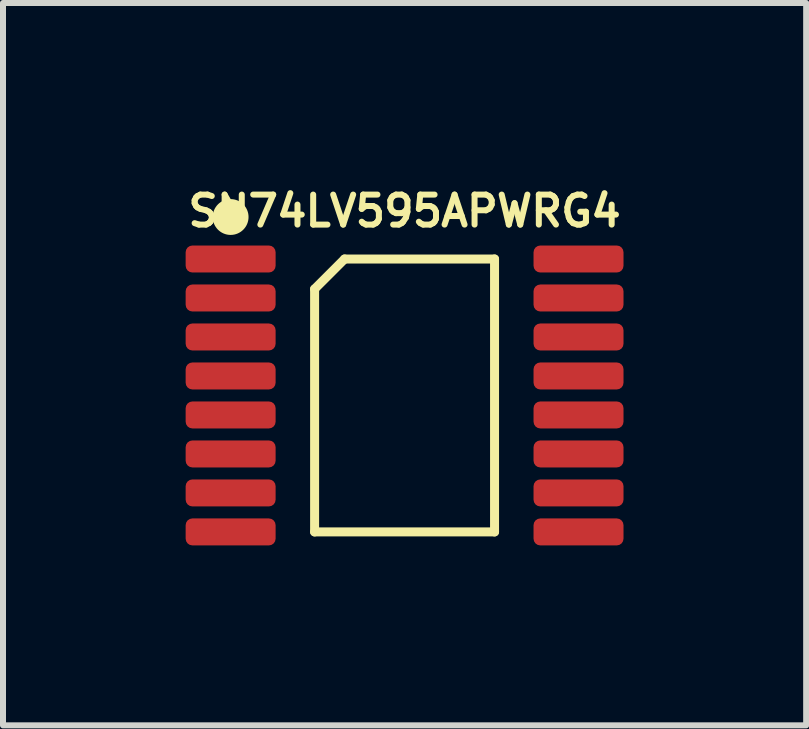
<source format=kicad_pcb>
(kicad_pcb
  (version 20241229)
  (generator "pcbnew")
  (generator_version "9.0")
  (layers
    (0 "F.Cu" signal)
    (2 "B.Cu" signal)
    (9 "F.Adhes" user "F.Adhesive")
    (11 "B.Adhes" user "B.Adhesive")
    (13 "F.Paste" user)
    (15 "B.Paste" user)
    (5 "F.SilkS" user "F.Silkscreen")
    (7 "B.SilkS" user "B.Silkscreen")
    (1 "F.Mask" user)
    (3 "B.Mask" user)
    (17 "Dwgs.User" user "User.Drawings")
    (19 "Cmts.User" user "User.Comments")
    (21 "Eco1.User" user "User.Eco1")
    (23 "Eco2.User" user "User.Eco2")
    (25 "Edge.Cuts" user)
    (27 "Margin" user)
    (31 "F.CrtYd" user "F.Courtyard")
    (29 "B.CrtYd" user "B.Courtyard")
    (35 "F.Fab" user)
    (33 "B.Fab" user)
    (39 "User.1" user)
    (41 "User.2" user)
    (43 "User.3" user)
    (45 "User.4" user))
  (footprint "SN74LV595APWRG4"
    (layer "F.Cu")
    (at 3.695 1.268)
    (property "Reference" "SN74LV595APWRG4" (at 0 -0.8 0) (unlocked yes) (layer "F.SilkS") (effects (font (size 0.5 0.5) (thickness 0.1))))
    (attr smd)
    (fp_line (start -1.5 0.5) (end -1.5 4.55) (stroke (width 0.15) (type solid)) (layer "F.SilkS"))
    (fp_line (start -1.5 4.55) (end 1.5 4.55) (stroke (width 0.15) (type solid)) (layer "F.SilkS"))
    (fp_line (start -1 0) (end -1.5 0.5) (stroke (width 0.15) (type solid)) (layer "F.SilkS"))
    (fp_line (start 1.5 0) (end -1 0) (stroke (width 0.15) (type solid)) (layer "F.SilkS"))
    (fp_line (start 1.5 4.55) (end 1.5 0) (stroke (width 0.15) (type solid)) (layer "F.SilkS"))
    (fp_circle (center -2.9 -0.7) (end -2.7 -0.6) (stroke (width 0.15) (type solid)) (fill yes) (layer "F.SilkS"))
    (pad "1" smd roundrect (at -2.9 0) (size 1.5 0.45) (layers "F.Cu" "F.Mask" "F.Paste") (roundrect_rratio 0.25))
    (pad "2" smd roundrect (at -2.9 0.65) (size 1.5 0.45) (layers "F.Cu" "F.Mask" "F.Paste") (roundrect_rratio 0.25))
    (pad "3" smd roundrect (at -2.9 1.3) (size 1.5 0.45) (layers "F.Cu" "F.Mask" "F.Paste") (roundrect_rratio 0.25))
    (pad "4" smd roundrect (at -2.9 1.95) (size 1.5 0.45) (layers "F.Cu" "F.Mask" "F.Paste") (roundrect_rratio 0.25))
    (pad "5" smd roundrect (at -2.9 2.6) (size 1.5 0.45) (layers "F.Cu" "F.Mask" "F.Paste") (roundrect_rratio 0.25))
    (pad "6" smd roundrect (at -2.9 3.25) (size 1.5 0.45) (layers "F.Cu" "F.Mask" "F.Paste") (roundrect_rratio 0.25))
    (pad "7" smd roundrect (at -2.9 3.9) (size 1.5 0.45) (layers "F.Cu" "F.Mask" "F.Paste") (roundrect_rratio 0.25))
    (pad "8" smd roundrect (at -2.9 4.55) (size 1.5 0.45) (layers "F.Cu" "F.Mask" "F.Paste") (roundrect_rratio 0.25))
    (pad "9" smd roundrect (at 2.9 4.55) (size 1.5 0.45) (layers "F.Cu" "F.Mask" "F.Paste") (roundrect_rratio 0.25))
    (pad "10" smd roundrect (at 2.9 3.9) (size 1.5 0.45) (layers "F.Cu" "F.Mask" "F.Paste") (roundrect_rratio 0.25))
    (pad "11" smd roundrect (at 2.9 3.25) (size 1.5 0.45) (layers "F.Cu" "F.Mask" "F.Paste") (roundrect_rratio 0.25))
    (pad "12" smd roundrect (at 2.9 2.6) (size 1.5 0.45) (layers "F.Cu" "F.Mask" "F.Paste") (roundrect_rratio 0.25))
    (pad "13" smd roundrect (at 2.9 1.95) (size 1.5 0.45) (layers "F.Cu" "F.Mask" "F.Paste") (roundrect_rratio 0.25))
    (pad "14" smd roundrect (at 2.9 1.3) (size 1.5 0.45) (layers "F.Cu" "F.Mask" "F.Paste") (roundrect_rratio 0.25))
    (pad "15" smd roundrect (at 2.9 0.65) (size 1.5 0.45) (layers "F.Cu" "F.Mask" "F.Paste") (roundrect_rratio 0.25))
    (pad "16" smd roundrect (at 2.9 0) (size 1.5 0.45) (layers "F.Cu" "F.Mask" "F.Paste") (roundrect_rratio 0.25)))
  (gr_rect
    (start -3 -3)
    (end 10.39 9.043)
    (stroke (width 0.1) (type default))
    (fill no)
    (layer "Edge.Cuts")))
</source>
